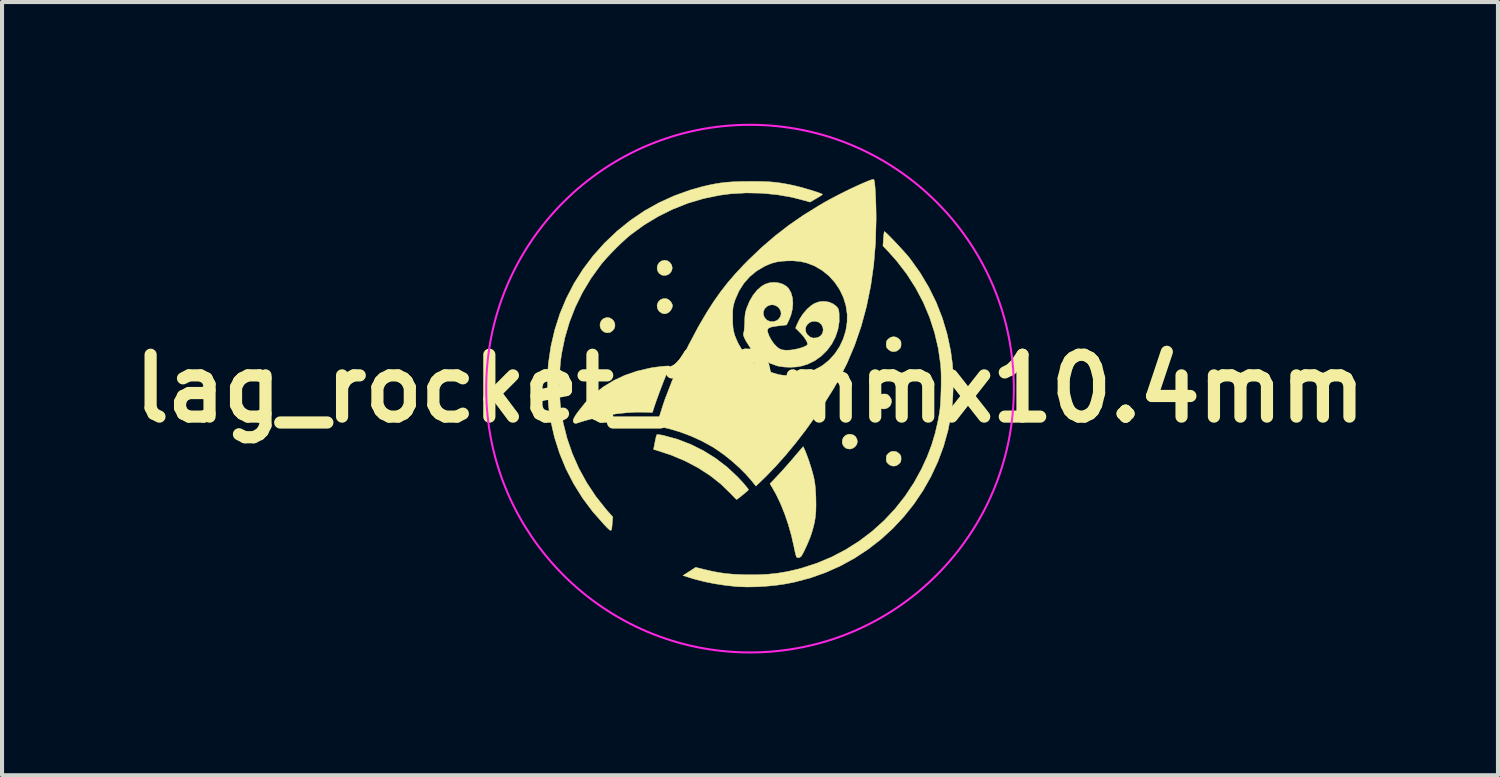
<source format=kicad_pcb>
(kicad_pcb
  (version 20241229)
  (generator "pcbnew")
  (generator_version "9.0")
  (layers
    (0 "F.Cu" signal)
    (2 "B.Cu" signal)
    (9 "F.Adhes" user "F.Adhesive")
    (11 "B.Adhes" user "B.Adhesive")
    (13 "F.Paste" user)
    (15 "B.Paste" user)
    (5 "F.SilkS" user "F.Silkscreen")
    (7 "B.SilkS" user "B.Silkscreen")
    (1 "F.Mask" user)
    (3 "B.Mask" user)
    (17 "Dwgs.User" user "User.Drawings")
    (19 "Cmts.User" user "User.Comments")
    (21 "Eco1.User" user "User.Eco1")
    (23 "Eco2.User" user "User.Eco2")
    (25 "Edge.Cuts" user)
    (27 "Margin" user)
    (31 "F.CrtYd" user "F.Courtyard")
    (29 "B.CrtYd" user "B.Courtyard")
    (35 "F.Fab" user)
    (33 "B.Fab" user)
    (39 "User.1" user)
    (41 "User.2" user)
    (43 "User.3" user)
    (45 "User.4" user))
  (footprint "lag_rocket_10mmx10.4mm"
    (layer "F.Cu")
    (at 15.429 6.525)
    (property "Reference" "lag_rocket_10mmx10.4mm" (at 0 0 0) (layer "F.SilkS") (effects (font (size 1.524 1.524) (thickness 0.3))))
    (attr exclude_from_pos_files exclude_from_bom)
    (fp_poly (pts (xy 0.892 -1.461) (xy 0.939 -1.457) (xy 0.945 -1.456) (xy 1.033 -1.422) (xy 1.123 -1.362) (xy 1.206 -1.284) (xy 1.274 -1.196) (xy 1.293 -1.163) (xy 1.302 -1.139) (xy 1.292 -1.122) (xy 1.257 -1.105) (xy 1.239 -1.098) (xy 1.071 -1.05) (xy 0.903 -1.034) (xy 0.799 -1.034) (xy 0.691 -1.143) (xy 0.639 -1.203) (xy 0.593 -1.267) (xy 0.556 -1.329) (xy 0.532 -1.382) (xy 0.525 -1.419) (xy 0.53 -1.429) (xy 0.555 -1.438) (xy 0.606 -1.446) (xy 0.674 -1.453) (xy 0.75 -1.458) (xy 0.826 -1.461) (xy 0.892 -1.461)) (stroke (width 0.01) (type solid)) (fill yes) (layer "F.Mask"))
    (fp_poly (pts (xy -1.91 1.951) (xy -1.812 1.959) (xy -1.745 1.969) (xy -1.704 1.98) (xy -1.685 1.994) (xy -1.682 2.005) (xy -1.697 2.023) (xy -1.735 2.042) (xy -1.749 2.047) (xy -1.831 2.084) (xy -1.914 2.144) (xy -1.986 2.215) (xy -2.023 2.267) (xy -2.053 2.327) (xy -2.077 2.396) (xy -2.096 2.478) (xy -2.11 2.578) (xy -2.119 2.7) (xy -2.124 2.848) (xy -2.127 3.026) (xy -2.127 3.033) (xy -2.127 3.15) (xy -2.126 3.256) (xy -2.125 3.344) (xy -2.122 3.41) (xy -2.12 3.449) (xy -2.118 3.458) (xy -2.096 3.457) (xy -2.05 3.441) (xy -1.982 3.411) (xy -1.899 3.372) (xy -1.805 3.324) (xy -1.705 3.271) (xy -1.603 3.216) (xy -1.506 3.16) (xy -1.416 3.106) (xy -1.362 3.071) (xy -1.24 2.982) (xy -1.149 2.895) (xy -1.086 2.806) (xy -1.047 2.707) (xy -1.028 2.596) (xy -1.026 2.571) (xy -1.019 2.512) (xy -1.006 2.484) (xy -0.984 2.488) (xy -0.954 2.525) (xy -0.915 2.594) (xy -0.9 2.622) (xy -0.829 2.799) (xy -0.787 2.984) (xy -0.774 3.173) (xy -0.788 3.36) (xy -0.831 3.54) (xy -0.9 3.707) (xy -0.996 3.857) (xy -1.012 3.877) (xy -1.11 3.981) (xy -1.24 4.094) (xy -1.4 4.214) (xy -1.588 4.342) (xy -1.803 4.475) (xy -2.043 4.613) (xy -2.306 4.755) (xy -2.59 4.899) (xy -2.816 5.008) (xy -2.937 5.065) (xy -3.029 5.108) (xy -3.097 5.139) (xy -3.145 5.159) (xy -3.176 5.169) (xy -3.194 5.171) (xy -3.204 5.165) (xy -3.209 5.153) (xy -3.213 5.136) (xy -3.213 5.136) (xy -3.218 5.096) (xy -3.222 5.026) (xy -3.226 4.93) (xy -3.229 4.813) (xy -3.232 4.68) (xy -3.234 4.535) (xy -3.236 4.382) (xy -3.236 4.227) (xy -3.236 4.074) (xy -3.236 3.927) (xy -3.234 3.792) (xy -3.232 3.672) (xy -3.228 3.573) (xy -3.224 3.503) (xy -3.204 3.275) (xy -3.18 3.078) (xy -3.149 2.908) (xy -3.11 2.761) (xy -3.063 2.633) (xy -3.006 2.52) (xy -2.937 2.419) (xy -2.855 2.324) (xy -2.804 2.274) (xy -2.65 2.152) (xy -2.478 2.057) (xy -2.294 1.99) (xy -2.104 1.954) (xy -1.912 1.951) (xy -1.91 1.951)) (stroke (width 0.01) (type solid)) (fill yes) (layer "F.Mask"))
    (fp_poly (pts (xy -2.026 -3.146) (xy -1.972 -3.106) (xy -1.93 -3.043) (xy -1.916 -2.976) (xy -1.928 -2.911) (xy -1.962 -2.855) (xy -2.012 -2.812) (xy -2.076 -2.789) (xy -2.149 -2.791) (xy -2.181 -2.802) (xy -2.241 -2.843) (xy -2.277 -2.901) (xy -2.29 -2.969) (xy -2.279 -3.037) (xy -2.245 -3.097) (xy -2.188 -3.142) (xy -2.178 -3.147) (xy -2.099 -3.164) (xy -2.026 -3.146)) (stroke (width 0.01) (type solid)) (fill yes) (layer "F.SilkS"))
    (fp_poly (pts (xy 2.538 1.137) (xy 2.598 1.18) (xy 2.635 1.246) (xy 2.645 1.314) (xy 2.629 1.376) (xy 2.588 1.431) (xy 2.529 1.471) (xy 2.464 1.489) (xy 2.458 1.489) (xy 2.402 1.482) (xy 2.354 1.463) (xy 2.349 1.46) (xy 2.297 1.406) (xy 2.272 1.341) (xy 2.273 1.273) (xy 2.297 1.21) (xy 2.342 1.16) (xy 2.406 1.128) (xy 2.459 1.121) (xy 2.538 1.137)) (stroke (width 0.01) (type solid)) (fill yes) (layer "F.SilkS"))
    (fp_poly (pts (xy 3.358 0.135) (xy 3.397 0.152) (xy 3.435 0.189) (xy 3.478 0.259) (xy 3.487 0.332) (xy 3.463 0.404) (xy 3.438 0.438) (xy 3.378 0.482) (xy 3.308 0.502) (xy 3.238 0.495) (xy 3.23 0.492) (xy 3.169 0.449) (xy 3.132 0.387) (xy 3.119 0.316) (xy 3.135 0.243) (xy 3.169 0.189) (xy 3.208 0.152) (xy 3.247 0.135) (xy 3.302 0.131) (xy 3.358 0.135)) (stroke (width 0.01) (type solid)) (fill yes) (layer "F.SilkS"))
    (fp_poly (pts (xy -2.03 -2.206) (xy -1.98 -2.172) (xy -1.938 -2.121) (xy -1.913 -2.066) (xy -1.909 -2.043) (xy -1.924 -1.981) (xy -1.961 -1.919) (xy -2.011 -1.873) (xy -2.023 -1.867) (xy -2.076 -1.846) (xy -2.118 -1.843) (xy -2.168 -1.858) (xy -2.184 -1.865) (xy -2.242 -1.908) (xy -2.28 -1.972) (xy -2.29 -2.046) (xy -2.289 -2.063) (xy -2.261 -2.136) (xy -2.21 -2.189) (xy -2.143 -2.217) (xy -2.067 -2.218) (xy -2.03 -2.206)) (stroke (width 0.01) (type solid)) (fill yes) (layer "F.SilkS"))
    (fp_poly (pts (xy -3.459 -1.744) (xy -3.401 -1.712) (xy -3.357 -1.664) (xy -3.331 -1.603) (xy -3.327 -1.538) (xy -3.35 -1.473) (xy -3.379 -1.435) (xy -3.418 -1.403) (xy -3.45 -1.385) (xy -3.457 -1.384) (xy -3.497 -1.378) (xy -3.506 -1.376) (xy -3.537 -1.377) (xy -3.581 -1.39) (xy -3.584 -1.391) (xy -3.647 -1.435) (xy -3.685 -1.495) (xy -3.698 -1.564) (xy -3.686 -1.633) (xy -3.648 -1.694) (xy -3.597 -1.732) (xy -3.525 -1.753) (xy -3.459 -1.744)) (stroke (width 0.01) (type solid)) (fill yes) (layer "F.SilkS"))
    (fp_poly (pts (xy 3.6 -1.269) (xy 3.655 -1.237) (xy 3.665 -1.228) (xy 3.702 -1.189) (xy 3.719 -1.15) (xy 3.722 -1.095) (xy 3.718 -1.039) (xy 3.702 -1) (xy 3.665 -0.962) (xy 3.61 -0.924) (xy 3.551 -0.911) (xy 3.538 -0.911) (xy 3.477 -0.92) (xy 3.422 -0.953) (xy 3.412 -0.962) (xy 3.375 -1.001) (xy 3.358 -1.039) (xy 3.355 -1.095) (xy 3.359 -1.151) (xy 3.375 -1.19) (xy 3.412 -1.228) (xy 3.467 -1.265) (xy 3.526 -1.278) (xy 3.538 -1.279) (xy 3.6 -1.269)) (stroke (width 0.01) (type solid)) (fill yes) (layer "F.SilkS"))
    (fp_poly (pts (xy 3.6 1.551) (xy 3.655 1.584) (xy 3.665 1.593) (xy 3.702 1.631) (xy 3.719 1.67) (xy 3.722 1.725) (xy 3.718 1.782) (xy 3.702 1.82) (xy 3.665 1.858) (xy 3.61 1.896) (xy 3.551 1.909) (xy 3.538 1.909) (xy 3.477 1.9) (xy 3.422 1.867) (xy 3.412 1.858) (xy 3.375 1.82) (xy 3.358 1.781) (xy 3.355 1.725) (xy 3.359 1.669) (xy 3.375 1.631) (xy 3.412 1.593) (xy 3.467 1.555) (xy 3.526 1.542) (xy 3.538 1.542) (xy 3.6 1.551)) (stroke (width 0.01) (type solid)) (fill yes) (layer "F.SilkS"))
    (fp_poly (pts (xy -2.227 1.136) (xy -2.162 1.147) (xy -2.125 1.155) (xy -1.786 1.248) (xy -1.459 1.374) (xy -1.145 1.531) (xy -0.847 1.717) (xy -0.567 1.931) (xy -0.309 2.172) (xy -0.172 2.32) (xy -0.119 2.382) (xy -0.075 2.435) (xy -0.046 2.473) (xy -0.035 2.49) (xy -0.048 2.505) (xy -0.081 2.536) (xy -0.129 2.576) (xy -0.184 2.621) (xy -0.238 2.665) (xy -0.286 2.701) (xy -0.32 2.725) (xy -0.332 2.731) (xy -0.347 2.718) (xy -0.381 2.685) (xy -0.427 2.637) (xy -0.473 2.589) (xy -0.716 2.353) (xy -0.986 2.14) (xy -1.282 1.949) (xy -1.603 1.78) (xy -1.947 1.636) (xy -2.314 1.516) (xy -2.323 1.513) (xy -2.377 1.498) (xy -2.343 1.323) (xy -2.328 1.248) (xy -2.314 1.186) (xy -2.302 1.145) (xy -2.296 1.134) (xy -2.274 1.131) (xy -2.227 1.136)) (stroke (width 0.01) (type solid)) (fill yes) (layer "F.SilkS"))
    (fp_poly (pts (xy -1.986 -0.557) (xy -1.979 -0.553) (xy -1.986 -0.534) (xy -2.003 -0.489) (xy -2.03 -0.424) (xy -2.062 -0.346) (xy -2.069 -0.33) (xy -2.113 -0.223) (xy -2.162 -0.098) (xy -2.213 0.037) (xy -2.264 0.174) (xy -2.31 0.302) (xy -2.349 0.415) (xy -2.374 0.491) (xy -2.404 0.588) (xy -2.622 0.581) (xy -2.821 0.581) (xy -3.04 0.594) (xy -3.267 0.617) (xy -3.47 0.648) (xy -3.566 0.666) (xy -3.681 0.692) (xy -3.805 0.721) (xy -3.93 0.752) (xy -4.045 0.783) (xy -4.143 0.812) (xy -4.202 0.831) (xy -4.262 0.851) (xy -4.3 0.857) (xy -4.326 0.85) (xy -4.341 0.837) (xy -4.357 0.811) (xy -4.358 0.777) (xy -4.34 0.731) (xy -4.304 0.667) (xy -4.246 0.582) (xy -4.243 0.578) (xy -4.058 0.346) (xy -3.848 0.138) (xy -3.614 -0.044) (xy -3.359 -0.2) (xy -3.083 -0.329) (xy -2.786 -0.431) (xy -2.471 -0.505) (xy -2.417 -0.515) (xy -2.331 -0.528) (xy -2.241 -0.539) (xy -2.155 -0.549) (xy -2.08 -0.555) (xy -2.021 -0.558) (xy -1.986 -0.557)) (stroke (width 0.01) (type solid)) (fill yes) (layer "F.SilkS"))
    (fp_poly (pts (xy 1.358 1.533) (xy 1.401 1.64) (xy 1.448 1.77) (xy 1.494 1.91) (xy 1.535 2.05) (xy 1.569 2.177) (xy 1.577 2.216) (xy 1.594 2.309) (xy 1.607 2.41) (xy 1.616 2.529) (xy 1.623 2.673) (xy 1.624 2.715) (xy 1.626 2.886) (xy 1.622 3.032) (xy 1.61 3.163) (xy 1.59 3.289) (xy 1.559 3.419) (xy 1.522 3.547) (xy 1.495 3.628) (xy 1.459 3.721) (xy 1.418 3.819) (xy 1.375 3.915) (xy 1.333 4.003) (xy 1.295 4.075) (xy 1.265 4.125) (xy 1.252 4.141) (xy 1.21 4.165) (xy 1.168 4.165) (xy 1.144 4.147) (xy 1.135 4.123) (xy 1.121 4.071) (xy 1.104 3.998) (xy 1.086 3.912) (xy 1.081 3.889) (xy 1.02 3.619) (xy 0.943 3.348) (xy 0.853 3.084) (xy 0.752 2.834) (xy 0.643 2.606) (xy 0.553 2.446) (xy 0.491 2.344) (xy 0.668 2.157) (xy 0.749 2.07) (xy 0.841 1.969) (xy 0.934 1.864) (xy 1.016 1.769) (xy 1.023 1.762) (xy 1.089 1.684) (xy 1.151 1.611) (xy 1.205 1.548) (xy 1.244 1.503) (xy 1.255 1.491) (xy 1.311 1.428) (xy 1.358 1.533)) (stroke (width 0.01) (type solid)) (fill yes) (layer "F.SilkS"))
    (fp_poly (pts (xy 3.329 -3.859) (xy 3.367 -3.825) (xy 3.421 -3.772) (xy 3.486 -3.706) (xy 3.559 -3.63) (xy 3.636 -3.548) (xy 3.713 -3.465) (xy 3.787 -3.384) (xy 3.853 -3.31) (xy 3.907 -3.247) (xy 3.94 -3.206) (xy 4.189 -2.858) (xy 4.405 -2.496) (xy 4.589 -2.122) (xy 4.74 -1.735) (xy 4.859 -1.335) (xy 4.945 -0.923) (xy 4.986 -0.616) (xy 5 -0.436) (xy 5.006 -0.232) (xy 5.005 -0.017) (xy 4.997 0.2) (xy 4.983 0.407) (xy 4.961 0.594) (xy 4.958 0.62) (xy 4.879 1.026) (xy 4.769 1.42) (xy 4.628 1.8) (xy 4.458 2.165) (xy 4.261 2.513) (xy 4.038 2.843) (xy 3.79 3.154) (xy 3.519 3.444) (xy 3.226 3.712) (xy 2.912 3.956) (xy 2.579 4.175) (xy 2.229 4.367) (xy 1.862 4.531) (xy 1.48 4.666) (xy 1.085 4.77) (xy 0.846 4.816) (xy 0.627 4.847) (xy 0.394 4.869) (xy 0.158 4.883) (xy -0.069 4.887) (xy -0.278 4.88) (xy -0.342 4.876) (xy -0.605 4.847) (xy -0.869 4.807) (xy -1.124 4.756) (xy -1.359 4.696) (xy -1.452 4.668) (xy -1.651 4.605) (xy -1.338 4.403) (xy -1.111 4.459) (xy -0.93 4.501) (xy -0.758 4.533) (xy -0.588 4.557) (xy -0.408 4.573) (xy -0.207 4.582) (xy -0.111 4.585) (xy 0.172 4.586) (xy 0.432 4.574) (xy 0.678 4.548) (xy 0.922 4.507) (xy 1.173 4.449) (xy 1.264 4.425) (xy 1.645 4.302) (xy 2.012 4.148) (xy 2.363 3.964) (xy 2.697 3.752) (xy 3.011 3.513) (xy 3.305 3.248) (xy 3.576 2.959) (xy 3.822 2.647) (xy 4.042 2.314) (xy 4.229 1.972) (xy 4.364 1.678) (xy 4.474 1.389) (xy 4.563 1.094) (xy 4.634 0.783) (xy 4.67 0.583) (xy 4.682 0.486) (xy 4.692 0.361) (xy 4.7 0.217) (xy 4.706 0.061) (xy 4.709 -0.099) (xy 4.709 -0.255) (xy 4.707 -0.398) (xy 4.701 -0.523) (xy 4.696 -0.589) (xy 4.638 -0.99) (xy 4.546 -1.382) (xy 4.422 -1.763) (xy 4.266 -2.132) (xy 4.078 -2.486) (xy 3.86 -2.826) (xy 3.612 -3.148) (xy 3.414 -3.37) (xy 3.275 -3.517) (xy 3.287 -3.694) (xy 3.293 -3.768) (xy 3.3 -3.827) (xy 3.307 -3.863) (xy 3.311 -3.871) (xy 3.329 -3.859)) (stroke (width 0.01) (type solid)) (fill yes) (layer "F.SilkS"))
    (fp_poly (pts (xy 0.187 -5.105) (xy 0.348 -5.101) (xy 0.488 -5.095) (xy 0.616 -5.084) (xy 0.74 -5.068) (xy 0.868 -5.047) (xy 1.006 -5.02) (xy 1.103 -4.999) (xy 1.184 -4.979) (xy 1.277 -4.955) (xy 1.377 -4.926) (xy 1.477 -4.897) (xy 1.572 -4.867) (xy 1.656 -4.84) (xy 1.723 -4.816) (xy 1.769 -4.798) (xy 1.786 -4.786) (xy 1.786 -4.786) (xy 1.772 -4.773) (xy 1.734 -4.746) (xy 1.677 -4.711) (xy 1.631 -4.684) (xy 1.477 -4.595) (xy 1.4 -4.619) (xy 1.041 -4.713) (xy 0.668 -4.778) (xy 0.286 -4.815) (xy -0.098 -4.822) (xy -0.479 -4.8) (xy -0.752 -4.764) (xy -1.145 -4.683) (xy -1.53 -4.568) (xy -1.904 -4.42) (xy -2.265 -4.241) (xy -2.611 -4.032) (xy -2.939 -3.793) (xy -2.943 -3.79) (xy -3.049 -3.7) (xy -3.168 -3.591) (xy -3.294 -3.469) (xy -3.419 -3.341) (xy -3.536 -3.216) (xy -3.636 -3.101) (xy -3.675 -3.053) (xy -3.915 -2.722) (xy -4.125 -2.374) (xy -4.303 -2.012) (xy -4.449 -1.638) (xy -4.562 -1.253) (xy -4.643 -0.858) (xy -4.669 -0.668) (xy -4.681 -0.524) (xy -4.69 -0.357) (xy -4.693 -0.175) (xy -4.693 0.01) (xy -4.687 0.188) (xy -4.678 0.349) (xy -4.669 0.441) (xy -4.605 0.837) (xy -4.507 1.225) (xy -4.377 1.603) (xy -4.215 1.968) (xy -4.022 2.32) (xy -3.799 2.656) (xy -3.546 2.975) (xy -3.506 3.021) (xy -3.382 3.16) (xy -3.393 3.301) (xy -3.4 3.393) (xy -3.408 3.455) (xy -3.42 3.488) (xy -3.441 3.493) (xy -3.474 3.47) (xy -3.524 3.422) (xy -3.595 3.348) (xy -3.597 3.346) (xy -3.876 3.03) (xy -4.126 2.696) (xy -4.345 2.344) (xy -4.535 1.976) (xy -4.692 1.593) (xy -4.819 1.196) (xy -4.912 0.787) (xy -4.94 0.62) (xy -4.963 0.432) (xy -4.979 0.221) (xy -4.988 -0.001) (xy -4.989 -0.224) (xy -4.982 -0.435) (xy -4.968 -0.622) (xy -4.906 -1.041) (xy -4.811 -1.449) (xy -4.685 -1.844) (xy -4.526 -2.224) (xy -4.337 -2.59) (xy -4.117 -2.939) (xy -3.867 -3.271) (xy -3.588 -3.584) (xy -3.583 -3.589) (xy -3.274 -3.882) (xy -2.948 -4.145) (xy -2.605 -4.378) (xy -2.244 -4.58) (xy -1.866 -4.752) (xy -1.47 -4.894) (xy -1.182 -4.975) (xy -1.019 -5.014) (xy -0.868 -5.044) (xy -0.722 -5.068) (xy -0.573 -5.085) (xy -0.413 -5.096) (xy -0.236 -5.103) (xy -0.032 -5.105) (xy 0 -5.105) (xy 0.187 -5.105)) (stroke (width 0.01) (type solid)) (fill yes) (layer "F.SilkS"))
    (fp_poly (pts (xy 0.703 -2.607) (xy 0.809 -2.574) (xy 0.9 -2.519) (xy 0.952 -2.466) (xy 1.011 -2.361) (xy 1.046 -2.236) (xy 1.056 -2.097) (xy 1.042 -1.949) (xy 1.004 -1.798) (xy 0.941 -1.649) (xy 0.94 -1.647) (xy 0.9 -1.569) (xy 0.714 -1.548) (xy 0.605 -1.534) (xy 0.526 -1.518) (xy 0.474 -1.499) (xy 0.444 -1.475) (xy 0.432 -1.444) (xy 0.431 -1.426) (xy 0.444 -1.367) (xy 0.474 -1.292) (xy 0.517 -1.211) (xy 0.567 -1.135) (xy 0.6 -1.094) (xy 0.668 -1.024) (xy 0.731 -0.979) (xy 0.799 -0.955) (xy 0.883 -0.946) (xy 0.914 -0.946) (xy 1 -0.951) (xy 1.091 -0.964) (xy 1.183 -0.984) (xy 1.268 -1.008) (xy 1.34 -1.035) (xy 1.392 -1.062) (xy 1.417 -1.088) (xy 1.419 -1.096) (xy 1.406 -1.146) (xy 1.37 -1.212) (xy 1.316 -1.288) (xy 1.248 -1.365) (xy 1.233 -1.38) (xy 1.155 -1.459) (xy 1.365 -1.459) (xy 1.378 -1.389) (xy 1.413 -1.331) (xy 1.482 -1.271) (xy 1.559 -1.245) (xy 1.645 -1.253) (xy 1.69 -1.269) (xy 1.751 -1.311) (xy 1.788 -1.371) (xy 1.803 -1.441) (xy 1.794 -1.512) (xy 1.762 -1.577) (xy 1.706 -1.628) (xy 1.689 -1.638) (xy 1.609 -1.66) (xy 1.534 -1.656) (xy 1.467 -1.628) (xy 1.414 -1.583) (xy 1.378 -1.525) (xy 1.365 -1.459) (xy 1.155 -1.459) (xy 1.122 -1.491) (xy 1.158 -1.582) (xy 1.223 -1.715) (xy 1.306 -1.842) (xy 1.403 -1.955) (xy 1.507 -2.047) (xy 1.594 -2.102) (xy 1.705 -2.141) (xy 1.823 -2.151) (xy 1.939 -2.134) (xy 2.045 -2.09) (xy 2.118 -2.035) (xy 2.153 -1.998) (xy 2.175 -1.965) (xy 2.187 -1.922) (xy 2.195 -1.86) (xy 2.196 -1.844) (xy 2.197 -1.647) (xy 2.165 -1.455) (xy 2.103 -1.271) (xy 2.014 -1.1) (xy 1.899 -0.944) (xy 1.762 -0.808) (xy 1.605 -0.694) (xy 1.43 -0.607) (xy 1.286 -0.56) (xy 1.146 -0.535) (xy 0.991 -0.526) (xy 0.835 -0.533) (xy 0.694 -0.555) (xy 0.672 -0.56) (xy 0.482 -0.628) (xy 0.307 -0.725) (xy 0.149 -0.85) (xy 0.013 -0.998) (xy -0.096 -1.166) (xy -0.113 -1.2) (xy -0.145 -1.266) (xy -0.161 -1.31) (xy -0.165 -1.342) (xy -0.159 -1.371) (xy -0.156 -1.377) (xy -0.148 -1.414) (xy -0.141 -1.478) (xy -0.135 -1.558) (xy -0.132 -1.638) (xy -0.129 -1.739) (xy -0.122 -1.817) (xy -0.121 -1.824) (xy 0.329 -1.824) (xy 0.356 -1.753) (xy 0.41 -1.692) (xy 0.42 -1.685) (xy 0.497 -1.653) (xy 0.579 -1.65) (xy 0.658 -1.677) (xy 0.701 -1.709) (xy 0.748 -1.773) (xy 0.766 -1.84) (xy 0.758 -1.907) (xy 0.728 -1.968) (xy 0.681 -2.018) (xy 0.621 -2.052) (xy 0.552 -2.067) (xy 0.478 -2.056) (xy 0.419 -2.027) (xy 0.361 -1.969) (xy 0.331 -1.899) (xy 0.329 -1.824) (xy -0.121 -1.824) (xy -0.111 -1.884) (xy -0.093 -1.95) (xy -0.08 -1.988) (xy -0.012 -2.153) (xy 0.074 -2.299) (xy 0.172 -2.423) (xy 0.281 -2.52) (xy 0.365 -2.57) (xy 0.473 -2.607) (xy 0.588 -2.619) (xy 0.703 -2.607)) (stroke (width 0.01) (type solid)) (fill yes) (layer "F.SilkS"))
    (fp_poly (pts (xy 3.049 -5.155) (xy 3.06 -5.127) (xy 3.07 -5.068) (xy 3.079 -4.982) (xy 3.087 -4.873) (xy 3.094 -4.744) (xy 3.1 -4.599) (xy 3.104 -4.443) (xy 3.107 -4.279) (xy 3.107 -4.143) (xy 3.092 -3.587) (xy 3.047 -3.047) (xy 2.973 -2.526) (xy 2.87 -2.022) (xy 2.739 -1.537) (xy 2.579 -1.071) (xy 2.39 -0.624) (xy 2.172 -0.198) (xy 2.058 0) (xy 1.842 0.345) (xy 1.612 0.685) (xy 1.374 1.017) (xy 1.129 1.335) (xy 0.881 1.635) (xy 0.634 1.913) (xy 0.392 2.164) (xy 0.27 2.282) (xy 0.144 2.4) (xy 0.042 2.273) (xy -0.1 2.111) (xy -0.266 1.945) (xy -0.448 1.783) (xy -0.639 1.63) (xy -0.829 1.496) (xy -0.929 1.432) (xy -1.179 1.295) (xy -1.445 1.173) (xy -1.718 1.07) (xy -1.988 0.989) (xy -2.185 0.944) (xy -2.242 0.932) (xy -2.281 0.92) (xy -2.295 0.911) (xy -2.29 0.886) (xy -2.276 0.835) (xy -2.255 0.763) (xy -2.229 0.676) (xy -2.2 0.582) (xy -2.17 0.487) (xy -2.141 0.396) (xy -2.114 0.317) (xy -2.096 0.263) (xy -1.926 -0.177) (xy -1.73 -0.625) (xy -1.512 -1.075) (xy -1.277 -1.517) (xy -1.216 -1.623) (xy -1.14 -1.752) (xy -0.428 -1.752) (xy -0.426 -1.614) (xy -0.418 -1.502) (xy -0.401 -1.403) (xy -0.374 -1.308) (xy -0.333 -1.207) (xy -0.29 -1.112) (xy -0.181 -0.927) (xy -0.045 -0.762) (xy 0.114 -0.619) (xy 0.294 -0.501) (xy 0.491 -0.41) (xy 0.702 -0.348) (xy 0.78 -0.334) (xy 0.881 -0.325) (xy 1.002 -0.325) (xy 1.129 -0.333) (xy 1.249 -0.348) (xy 1.314 -0.362) (xy 1.415 -0.393) (xy 1.53 -0.438) (xy 1.647 -0.493) (xy 1.752 -0.55) (xy 1.798 -0.58) (xy 1.956 -0.709) (xy 2.094 -0.864) (xy 2.209 -1.039) (xy 2.298 -1.229) (xy 2.36 -1.43) (xy 2.392 -1.638) (xy 2.394 -1.831) (xy 2.363 -2.044) (xy 2.3 -2.249) (xy 2.207 -2.442) (xy 2.088 -2.619) (xy 1.945 -2.777) (xy 1.78 -2.911) (xy 1.596 -3.019) (xy 1.569 -3.031) (xy 1.405 -3.094) (xy 1.239 -3.133) (xy 1.062 -3.149) (xy 0.928 -3.148) (xy 0.786 -3.139) (xy 0.666 -3.123) (xy 0.559 -3.096) (xy 0.451 -3.056) (xy 0.355 -3.012) (xy 0.163 -2.899) (xy -0.006 -2.76) (xy -0.15 -2.597) (xy -0.269 -2.411) (xy -0.361 -2.205) (xy -0.372 -2.173) (xy -0.394 -2.104) (xy -0.409 -2.047) (xy -0.419 -1.993) (xy -0.425 -1.932) (xy -0.427 -1.855) (xy -0.428 -1.753) (xy -0.428 -1.752) (xy -1.14 -1.752) (xy -1.052 -1.9) (xy -0.891 -2.151) (xy -0.727 -2.383) (xy -0.555 -2.604) (xy -0.369 -2.821) (xy -0.163 -3.042) (xy -0.036 -3.171) (xy 0.287 -3.478) (xy 0.615 -3.761) (xy 0.956 -4.025) (xy 1.317 -4.274) (xy 1.704 -4.514) (xy 1.839 -4.593) (xy 1.953 -4.656) (xy 2.077 -4.722) (xy 2.208 -4.79) (xy 2.341 -4.856) (xy 2.473 -4.921) (xy 2.601 -4.981) (xy 2.72 -5.035) (xy 2.826 -5.081) (xy 2.916 -5.118) (xy 2.986 -5.144) (xy 3.032 -5.156) (xy 3.049 -5.155)) (stroke (width 0.01) (type solid)) (fill yes) (layer "F.SilkS"))
    (fp_circle (center 0 0) (end 6.5 0) (stroke (width 0.05) (type solid)) (fill no) (layer "F.CrtYd")))
  (gr_rect
    (start -3 -3)
    (end 33.857 16.05)
    (stroke (width 0.1) (type default))
    (fill no)
    (layer "Edge.Cuts")))
</source>
